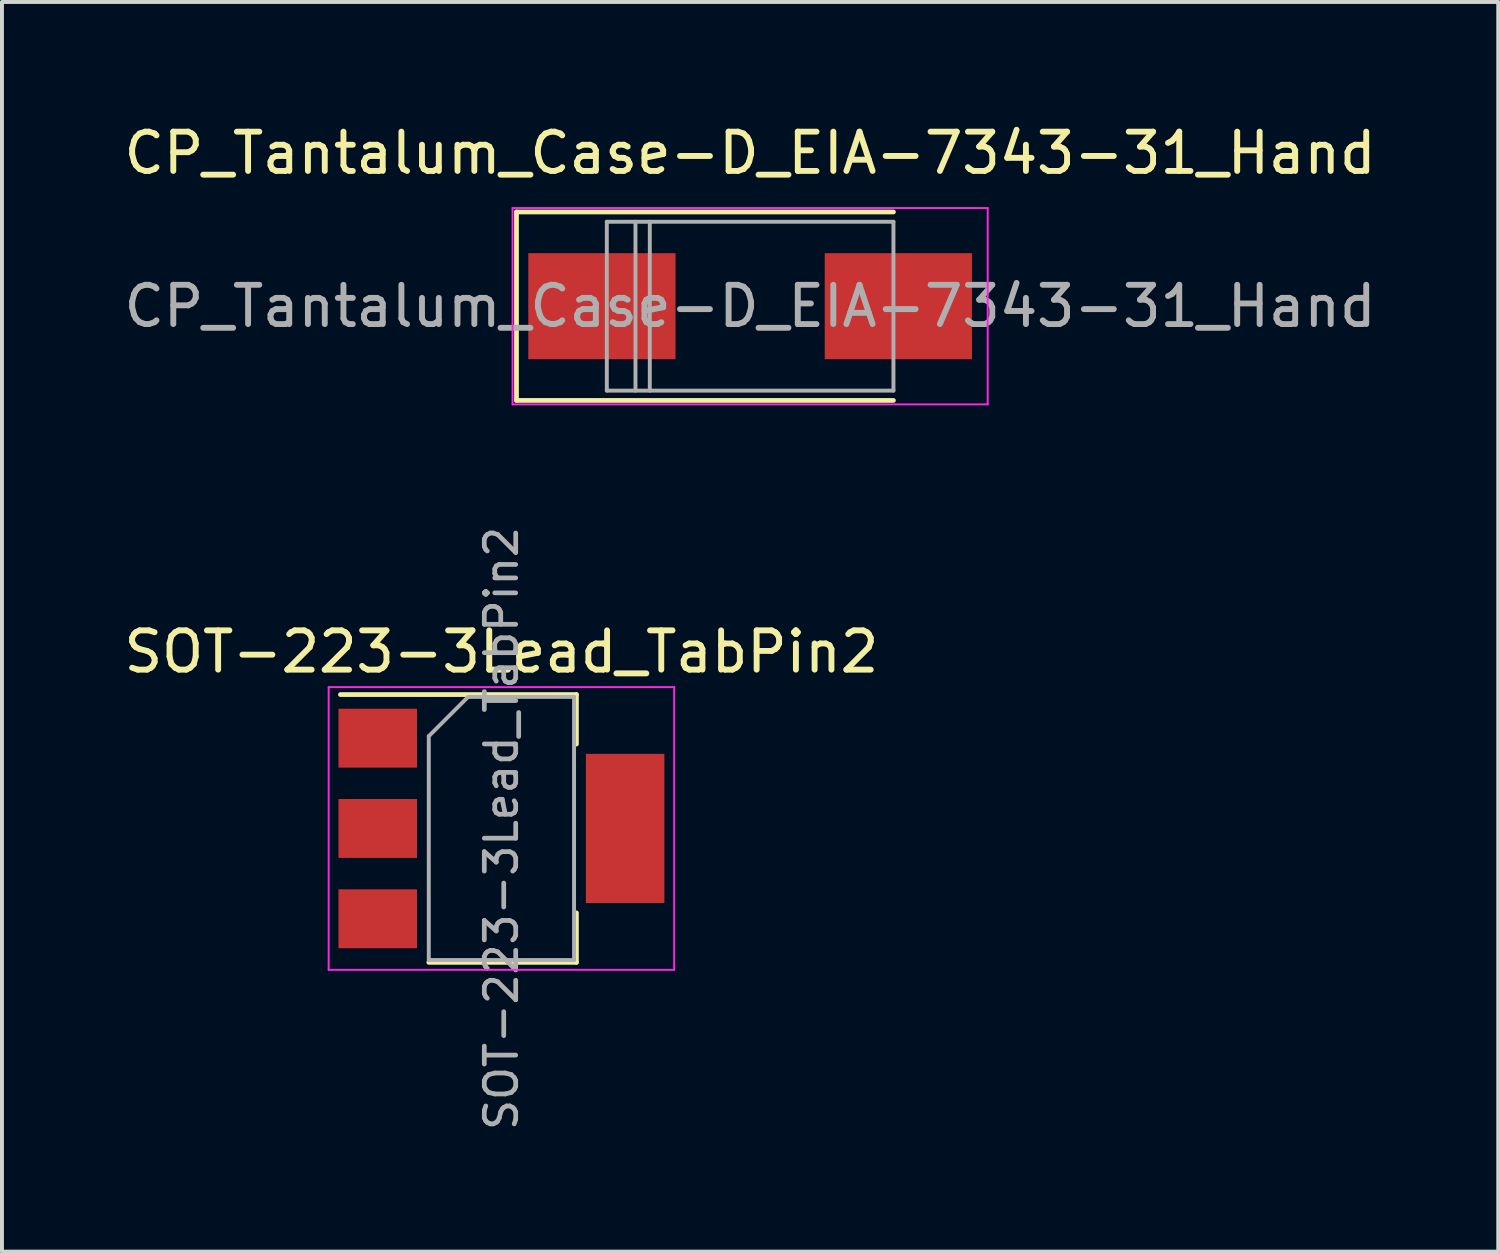
<source format=kicad_pcb>
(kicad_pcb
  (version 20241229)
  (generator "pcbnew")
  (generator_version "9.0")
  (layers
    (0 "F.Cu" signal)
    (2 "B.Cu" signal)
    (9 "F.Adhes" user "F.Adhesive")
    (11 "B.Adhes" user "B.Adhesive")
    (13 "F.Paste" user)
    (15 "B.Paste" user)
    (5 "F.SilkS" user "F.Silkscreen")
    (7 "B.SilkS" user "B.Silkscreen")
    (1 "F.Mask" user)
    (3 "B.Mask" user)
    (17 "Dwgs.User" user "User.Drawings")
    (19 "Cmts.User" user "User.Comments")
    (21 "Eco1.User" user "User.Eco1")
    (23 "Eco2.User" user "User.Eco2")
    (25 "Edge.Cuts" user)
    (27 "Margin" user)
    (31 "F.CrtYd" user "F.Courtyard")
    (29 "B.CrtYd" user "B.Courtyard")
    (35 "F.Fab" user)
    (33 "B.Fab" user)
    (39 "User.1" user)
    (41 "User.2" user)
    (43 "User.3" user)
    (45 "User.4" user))
  (footprint "CP_Tantalum_Case-D_EIA-7343-31_Hand"
    (layer "F.Cu")
    (at 16.054 4.748)
    (property "Reference" "CP_Tantalum_Case-D_EIA-7343-31_Hand" (at 0 -3.9 0) (layer "F.SilkS") (effects (font (size 1 1) (thickness 0.15))))
    (attr smd)
    (fp_line (start -5.95 -2.4) (end -5.95 2.4) (stroke (width 0.12) (type solid)) (layer "F.SilkS"))
    (fp_line (start -5.95 -2.4) (end 3.65 -2.4) (stroke (width 0.12) (type solid)) (layer "F.SilkS"))
    (fp_line (start -5.95 2.4) (end 3.65 2.4) (stroke (width 0.12) (type solid)) (layer "F.SilkS"))
    (fp_line (start -6.05 -2.5) (end -6.05 2.5) (stroke (width 0.05) (type solid)) (layer "F.CrtYd"))
    (fp_line (start -6.05 2.5) (end 6.05 2.5) (stroke (width 0.05) (type solid)) (layer "F.CrtYd"))
    (fp_line (start 6.05 -2.5) (end -6.05 -2.5) (stroke (width 0.05) (type solid)) (layer "F.CrtYd"))
    (fp_line (start 6.05 2.5) (end 6.05 -2.5) (stroke (width 0.05) (type solid)) (layer "F.CrtYd"))
    (fp_line (start -3.65 -2.15) (end -3.65 2.15) (stroke (width 0.1) (type solid)) (layer "F.Fab"))
    (fp_line (start -3.65 2.15) (end 3.65 2.15) (stroke (width 0.1) (type solid)) (layer "F.Fab"))
    (fp_line (start -2.92 -2.15) (end -2.92 2.15) (stroke (width 0.1) (type solid)) (layer "F.Fab"))
    (fp_line (start -2.555 -2.15) (end -2.555 2.15) (stroke (width 0.1) (type solid)) (layer "F.Fab"))
    (fp_line (start 3.65 -2.15) (end -3.65 -2.15) (stroke (width 0.1) (type solid)) (layer "F.Fab"))
    (fp_line (start 3.65 2.15) (end 3.65 -2.15) (stroke (width 0.1) (type solid)) (layer "F.Fab"))
    (fp_text user "${REFERENCE}" (at 0 0 0) (layer "F.Fab") (effects (font (size 1 1) (thickness 0.15))))
    (pad "1" smd rect (at -3.775 0) (size 3.75 2.7) (layers "F.Cu" "F.Mask" "F.Paste"))
    (pad "2" smd rect (at 3.775 0) (size 3.75 2.7) (layers "F.Cu" "F.Mask" "F.Paste")))
  (footprint "SOT-223-3Lead_TabPin2"
    (layer "F.Cu")
    (at 9.72 18.049)
    (property "Reference" "SOT-223-3Lead_TabPin2" (at 0 -4.5 0) (layer "F.SilkS") (effects (font (size 1 1) (thickness 0.15))))
    (attr smd)
    (fp_line (start -4.1 -3.41) (end 1.91 -3.41) (stroke (width 0.12) (type solid)) (layer "F.SilkS"))
    (fp_line (start -1.85 3.41) (end 1.91 3.41) (stroke (width 0.12) (type solid)) (layer "F.SilkS"))
    (fp_line (start 1.91 -3.41) (end 1.91 -2.15) (stroke (width 0.12) (type solid)) (layer "F.SilkS"))
    (fp_line (start 1.91 3.41) (end 1.91 2.15) (stroke (width 0.12) (type solid)) (layer "F.SilkS"))
    (fp_line (start -4.4 -3.6) (end -4.4 3.6) (stroke (width 0.05) (type solid)) (layer "F.CrtYd"))
    (fp_line (start -4.4 3.6) (end 4.4 3.6) (stroke (width 0.05) (type solid)) (layer "F.CrtYd"))
    (fp_line (start 4.4 -3.6) (end -4.4 -3.6) (stroke (width 0.05) (type solid)) (layer "F.CrtYd"))
    (fp_line (start 4.4 3.6) (end 4.4 -3.6) (stroke (width 0.05) (type solid)) (layer "F.CrtYd"))
    (fp_line (start -1.85 -2.35) (end -1.85 3.35) (stroke (width 0.1) (type solid)) (layer "F.Fab"))
    (fp_line (start -1.85 -2.35) (end -0.85 -3.35) (stroke (width 0.1) (type solid)) (layer "F.Fab"))
    (fp_line (start -1.85 3.35) (end 1.85 3.35) (stroke (width 0.1) (type solid)) (layer "F.Fab"))
    (fp_line (start -0.85 -3.35) (end 1.85 -3.35) (stroke (width 0.1) (type solid)) (layer "F.Fab"))
    (fp_line (start 1.85 -3.35) (end 1.85 3.35) (stroke (width 0.1) (type solid)) (layer "F.Fab"))
    (fp_text user "${REFERENCE}" (at 0 0 90) (layer "F.Fab") (effects (font (size 0.8 0.8) (thickness 0.12))))
    (pad "1" smd rect (at -3.15 -2.3) (size 2 1.5) (layers "F.Cu" "F.Mask" "F.Paste"))
    (pad "2" smd rect (at -3.15 0) (size 2 1.5) (layers "F.Cu" "F.Mask" "F.Paste"))
    (pad "2" smd rect (at 3.15 0) (size 2 3.8) (layers "F.Cu" "F.Mask" "F.Paste"))
    (pad "3" smd rect (at -3.15 2.3) (size 2 1.5) (layers "F.Cu" "F.Mask" "F.Paste")))
  (gr_rect
    (start -3 -3)
    (end 35.107 28.826)
    (stroke (width 0.1) (type default))
    (fill no)
    (layer "Edge.Cuts")))
</source>
